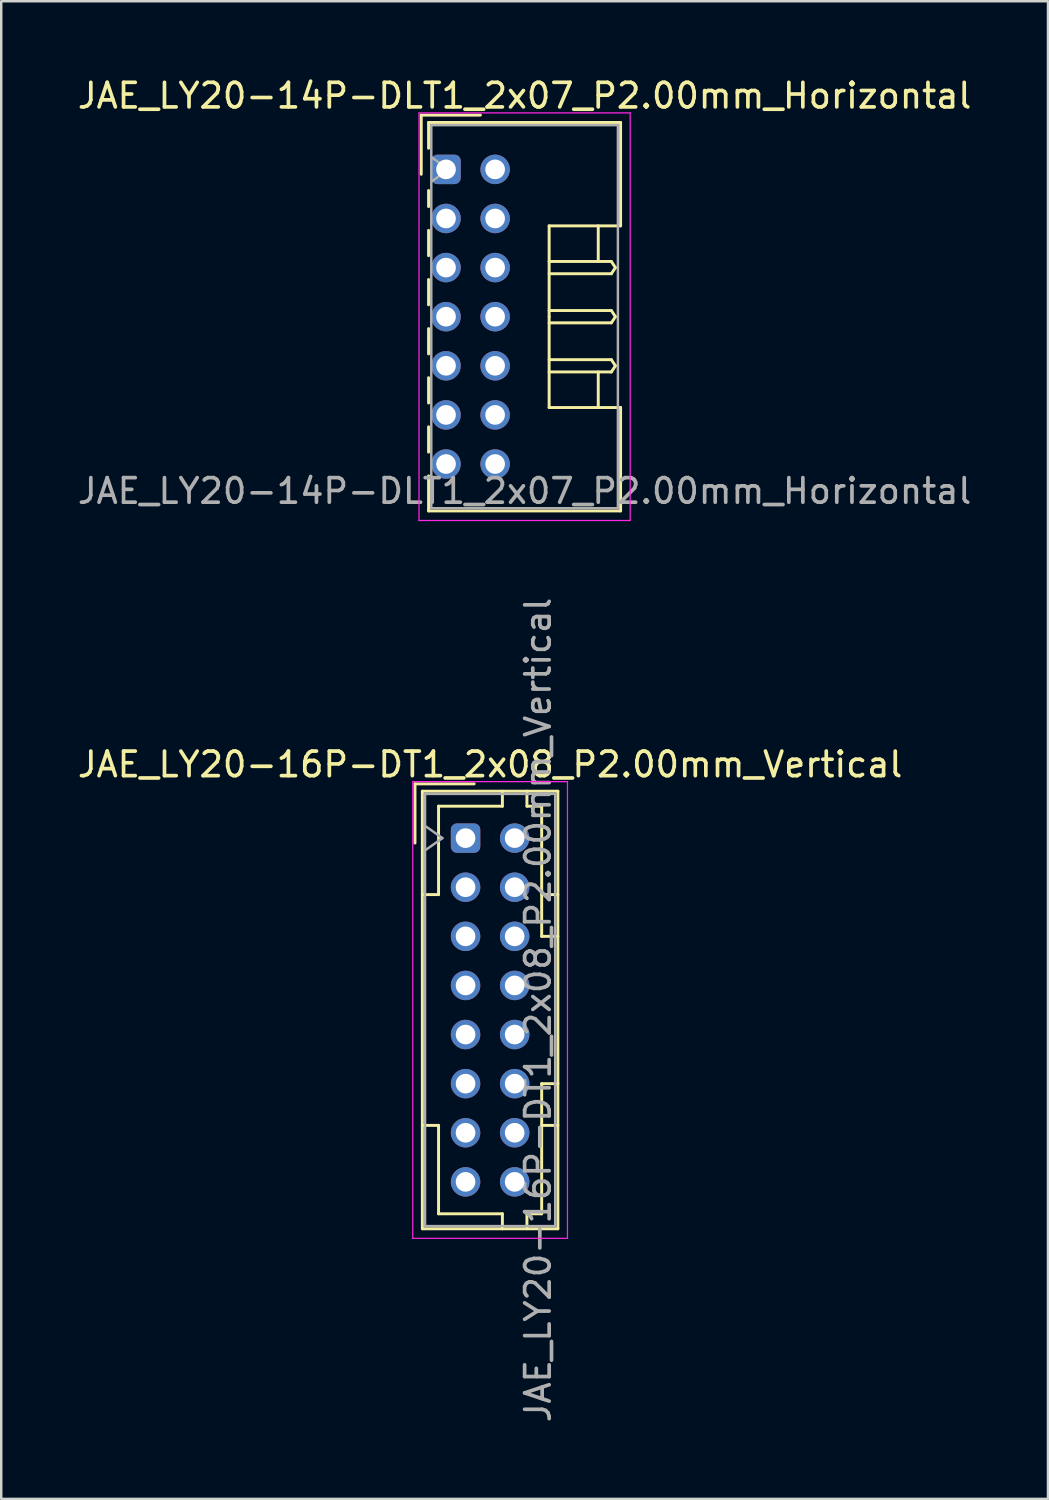
<source format=kicad_pcb>
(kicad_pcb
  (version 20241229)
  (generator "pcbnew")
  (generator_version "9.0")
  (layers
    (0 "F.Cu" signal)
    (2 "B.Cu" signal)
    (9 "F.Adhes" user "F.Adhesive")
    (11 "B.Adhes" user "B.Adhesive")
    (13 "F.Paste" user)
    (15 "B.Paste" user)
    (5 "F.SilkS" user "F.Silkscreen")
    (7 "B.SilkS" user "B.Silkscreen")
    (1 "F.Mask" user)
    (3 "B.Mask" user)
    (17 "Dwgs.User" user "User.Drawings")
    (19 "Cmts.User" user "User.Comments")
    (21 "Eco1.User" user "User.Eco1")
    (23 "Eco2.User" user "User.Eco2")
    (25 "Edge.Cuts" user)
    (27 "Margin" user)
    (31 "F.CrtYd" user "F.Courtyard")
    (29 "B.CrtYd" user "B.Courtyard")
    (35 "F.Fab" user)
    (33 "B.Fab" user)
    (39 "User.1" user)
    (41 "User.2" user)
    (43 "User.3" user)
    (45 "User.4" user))
  (footprint "JAE_LY20-14P-DLT1_2x07_P2.00mm_Horizontal"
    (layer "F.Cu")
    (at 15.115 3.848)
    (property "Reference" "JAE_LY20-14P-DLT1_2x07_P2.00mm_Horizontal" (at 3.2 -3 0) (layer "F.SilkS") (effects (font (size 1 1) (thickness 0.15))))
    (attr through_hole)
    (fp_line (start -1.01 -2.21) (end -1.01 0.2) (stroke (width 0.12) (type solid)) (layer "F.SilkS"))
    (fp_line (start -0.71 -1.91) (end -0.71 -0.86) (stroke (width 0.12) (type solid)) (layer "F.SilkS"))
    (fp_line (start -0.71 -1.91) (end 7.11 -1.91) (stroke (width 0.12) (type solid)) (layer "F.SilkS"))
    (fp_line (start -0.71 0.86) (end -0.71 1.515) (stroke (width 0.12) (type solid)) (layer "F.SilkS"))
    (fp_line (start -0.71 2.485) (end -0.71 3.515) (stroke (width 0.12) (type solid)) (layer "F.SilkS"))
    (fp_line (start -0.71 4.485) (end -0.71 5.515) (stroke (width 0.12) (type solid)) (layer "F.SilkS"))
    (fp_line (start -0.71 6.485) (end -0.71 7.515) (stroke (width 0.12) (type solid)) (layer "F.SilkS"))
    (fp_line (start -0.71 8.485) (end -0.71 9.515) (stroke (width 0.12) (type solid)) (layer "F.SilkS"))
    (fp_line (start -0.71 10.485) (end -0.71 11.515) (stroke (width 0.12) (type solid)) (layer "F.SilkS"))
    (fp_line (start -0.71 12.485) (end -0.71 13.91) (stroke (width 0.12) (type solid)) (layer "F.SilkS"))
    (fp_line (start -0.71 13.91) (end 7.11 13.91) (stroke (width 0.12) (type solid)) (layer "F.SilkS"))
    (fp_line (start 1.4 -2.21) (end -1.01 -2.21) (stroke (width 0.12) (type solid)) (layer "F.SilkS"))
    (fp_line (start 4.2 2.3) (end 4.2 6) (stroke (width 0.12) (type solid)) (layer "F.SilkS"))
    (fp_line (start 4.2 3.75) (end 6.733 3.75) (stroke (width 0.12) (type solid)) (layer "F.SilkS"))
    (fp_line (start 4.2 5.75) (end 6.733 5.75) (stroke (width 0.12) (type solid)) (layer "F.SilkS"))
    (fp_line (start 4.2 7.75) (end 6.733 7.75) (stroke (width 0.12) (type solid)) (layer "F.SilkS"))
    (fp_line (start 4.2 9.7) (end 4.2 6) (stroke (width 0.12) (type solid)) (layer "F.SilkS"))
    (fp_line (start 6.2 2.3) (end 6.2 3.75) (stroke (width 0.12) (type solid)) (layer "F.SilkS"))
    (fp_line (start 6.2 9.7) (end 6.2 8.25) (stroke (width 0.12) (type solid)) (layer "F.SilkS"))
    (fp_line (start 6.733 3.75) (end 6.9 4) (stroke (width 0.12) (type solid)) (layer "F.SilkS"))
    (fp_line (start 6.733 4.25) (end 4.2 4.25) (stroke (width 0.12) (type solid)) (layer "F.SilkS"))
    (fp_line (start 6.733 5.75) (end 6.9 6) (stroke (width 0.12) (type solid)) (layer "F.SilkS"))
    (fp_line (start 6.733 6.25) (end 4.2 6.25) (stroke (width 0.12) (type solid)) (layer "F.SilkS"))
    (fp_line (start 6.733 7.75) (end 6.9 8) (stroke (width 0.12) (type solid)) (layer "F.SilkS"))
    (fp_line (start 6.733 8.25) (end 4.2 8.25) (stroke (width 0.12) (type solid)) (layer "F.SilkS"))
    (fp_line (start 6.9 4) (end 6.733 4.25) (stroke (width 0.12) (type solid)) (layer "F.SilkS"))
    (fp_line (start 6.9 6) (end 6.733 6.25) (stroke (width 0.12) (type solid)) (layer "F.SilkS"))
    (fp_line (start 6.9 8) (end 6.733 8.25) (stroke (width 0.12) (type solid)) (layer "F.SilkS"))
    (fp_line (start 7.11 -1.91) (end 7.11 2.3) (stroke (width 0.12) (type solid)) (layer "F.SilkS"))
    (fp_line (start 7.11 2.3) (end 4.2 2.3) (stroke (width 0.12) (type solid)) (layer "F.SilkS"))
    (fp_line (start 7.11 9.7) (end 4.2 9.7) (stroke (width 0.12) (type solid)) (layer "F.SilkS"))
    (fp_line (start 7.11 13.91) (end 7.11 9.7) (stroke (width 0.12) (type solid)) (layer "F.SilkS"))
    (fp_line (start -1.1 -2.3) (end -1.1 14.3) (stroke (width 0.05) (type solid)) (layer "F.CrtYd"))
    (fp_line (start -1.1 14.3) (end 7.5 14.3) (stroke (width 0.05) (type solid)) (layer "F.CrtYd"))
    (fp_line (start 7.5 -2.3) (end -1.1 -2.3) (stroke (width 0.05) (type solid)) (layer "F.CrtYd"))
    (fp_line (start 7.5 14.3) (end 7.5 -2.3) (stroke (width 0.05) (type solid)) (layer "F.CrtYd"))
    (fp_line (start -0.6 -1.8) (end -0.6 13.8) (stroke (width 0.1) (type solid)) (layer "F.Fab"))
    (fp_line (start -0.6 0.5) (end 0.107 0) (stroke (width 0.1) (type solid)) (layer "F.Fab"))
    (fp_line (start -0.6 13.8) (end 7 13.8) (stroke (width 0.1) (type solid)) (layer "F.Fab"))
    (fp_line (start 0.107 0) (end -0.6 -0.5) (stroke (width 0.1) (type solid)) (layer "F.Fab"))
    (fp_line (start 7 -1.8) (end -0.6 -1.8) (stroke (width 0.1) (type solid)) (layer "F.Fab"))
    (fp_line (start 7 13.8) (end 7 -1.8) (stroke (width 0.1) (type solid)) (layer "F.Fab"))
    (fp_text user "${REFERENCE}" (at 3.2 13.1 0) (layer "F.Fab") (effects (font (size 1 1) (thickness 0.15))))
    (pad "a1" thru_hole roundrect (at 0 0) (size 1.2 1.2) (drill 0.8) (layers "*.Cu" "*.Mask") (roundrect_rratio 0.208))
    (pad "a2" thru_hole circle (at 0 2) (size 1.2 1.2) (drill 0.8) (layers "*.Cu" "*.Mask"))
    (pad "a3" thru_hole circle (at 0 4) (size 1.2 1.2) (drill 0.8) (layers "*.Cu" "*.Mask"))
    (pad "a4" thru_hole circle (at 0 6) (size 1.2 1.2) (drill 0.8) (layers "*.Cu" "*.Mask"))
    (pad "a5" thru_hole circle (at 0 8) (size 1.2 1.2) (drill 0.8) (layers "*.Cu" "*.Mask"))
    (pad "a6" thru_hole circle (at 0 10) (size 1.2 1.2) (drill 0.8) (layers "*.Cu" "*.Mask"))
    (pad "a7" thru_hole circle (at 0 12) (size 1.2 1.2) (drill 0.8) (layers "*.Cu" "*.Mask"))
    (pad "b1" thru_hole circle (at 2 0) (size 1.2 1.2) (drill 0.8) (layers "*.Cu" "*.Mask"))
    (pad "b2" thru_hole circle (at 2 2) (size 1.2 1.2) (drill 0.8) (layers "*.Cu" "*.Mask"))
    (pad "b3" thru_hole circle (at 2 4) (size 1.2 1.2) (drill 0.8) (layers "*.Cu" "*.Mask"))
    (pad "b4" thru_hole circle (at 2 6) (size 1.2 1.2) (drill 0.8) (layers "*.Cu" "*.Mask"))
    (pad "b5" thru_hole circle (at 2 8) (size 1.2 1.2) (drill 0.8) (layers "*.Cu" "*.Mask"))
    (pad "b6" thru_hole circle (at 2 10) (size 1.2 1.2) (drill 0.8) (layers "*.Cu" "*.Mask"))
    (pad "b7" thru_hole circle (at 2 12) (size 1.2 1.2) (drill 0.8) (layers "*.Cu" "*.Mask")))
  (footprint "JAE_LY20-16P-DT1_2x08_P2.00mm_Vertical"
    (layer "F.Cu")
    (at 15.911 31.084)
    (property "Reference" "JAE_LY20-16P-DT1_2x08_P2.00mm_Vertical" (at 1 -3 0) (layer "F.SilkS") (effects (font (size 1 1) (thickness 0.15))))
    (attr through_hole)
    (fp_line (start -2.06 -2.21) (end -2.06 0.2) (stroke (width 0.12) (type solid)) (layer "F.SilkS"))
    (fp_line (start -1.76 -1.91) (end -1.76 15.91) (stroke (width 0.12) (type solid)) (layer "F.SilkS"))
    (fp_line (start -1.76 15.91) (end 3.76 15.91) (stroke (width 0.12) (type solid)) (layer "F.SilkS"))
    (fp_line (start -1.1 -1.3) (end -1.1 2.3) (stroke (width 0.12) (type solid)) (layer "F.SilkS"))
    (fp_line (start -1.1 2.3) (end -1.76 2.3) (stroke (width 0.12) (type solid)) (layer "F.SilkS"))
    (fp_line (start -1.1 11.7) (end -1.76 11.7) (stroke (width 0.12) (type solid)) (layer "F.SilkS"))
    (fp_line (start -1.1 15.3) (end -1.1 11.7) (stroke (width 0.12) (type solid)) (layer "F.SilkS"))
    (fp_line (start 0.35 -2.21) (end -2.06 -2.21) (stroke (width 0.12) (type solid)) (layer "F.SilkS"))
    (fp_line (start 1.5 -1.91) (end 1.5 -1.3) (stroke (width 0.12) (type solid)) (layer "F.SilkS"))
    (fp_line (start 1.5 -1.3) (end -1.1 -1.3) (stroke (width 0.12) (type solid)) (layer "F.SilkS"))
    (fp_line (start 1.5 15.3) (end -1.1 15.3) (stroke (width 0.12) (type solid)) (layer "F.SilkS"))
    (fp_line (start 1.5 15.91) (end 1.5 15.3) (stroke (width 0.12) (type solid)) (layer "F.SilkS"))
    (fp_line (start 2.5 -1.91) (end 2.5 -1.3) (stroke (width 0.12) (type solid)) (layer "F.SilkS"))
    (fp_line (start 2.5 -1.3) (end 3.1 -1.3) (stroke (width 0.12) (type solid)) (layer "F.SilkS"))
    (fp_line (start 2.5 15.3) (end 3.1 15.3) (stroke (width 0.12) (type solid)) (layer "F.SilkS"))
    (fp_line (start 2.5 15.91) (end 2.5 15.3) (stroke (width 0.12) (type solid)) (layer "F.SilkS"))
    (fp_line (start 3.1 -1.3) (end 3.1 4) (stroke (width 0.12) (type solid)) (layer "F.SilkS"))
    (fp_line (start 3.1 4) (end 3.76 4) (stroke (width 0.12) (type solid)) (layer "F.SilkS"))
    (fp_line (start 3.1 10) (end 3.76 10) (stroke (width 0.12) (type solid)) (layer "F.SilkS"))
    (fp_line (start 3.1 15.3) (end 3.1 10) (stroke (width 0.12) (type solid)) (layer "F.SilkS"))
    (fp_line (start 3.76 -1.91) (end -1.76 -1.91) (stroke (width 0.12) (type solid)) (layer "F.SilkS"))
    (fp_line (start 3.76 2.3) (end 3.1 2.3) (stroke (width 0.12) (type solid)) (layer "F.SilkS"))
    (fp_line (start 3.76 11.7) (end 3.1 11.7) (stroke (width 0.12) (type solid)) (layer "F.SilkS"))
    (fp_line (start 3.76 15.91) (end 3.76 -1.91) (stroke (width 0.12) (type solid)) (layer "F.SilkS"))
    (fp_line (start -2.15 -2.3) (end -2.15 16.3) (stroke (width 0.05) (type solid)) (layer "F.CrtYd"))
    (fp_line (start -2.15 16.3) (end 4.15 16.3) (stroke (width 0.05) (type solid)) (layer "F.CrtYd"))
    (fp_line (start 4.15 -2.3) (end -2.15 -2.3) (stroke (width 0.05) (type solid)) (layer "F.CrtYd"))
    (fp_line (start 4.15 16.3) (end 4.15 -2.3) (stroke (width 0.05) (type solid)) (layer "F.CrtYd"))
    (fp_line (start -1.65 -1.8) (end -1.65 15.8) (stroke (width 0.1) (type solid)) (layer "F.Fab"))
    (fp_line (start -1.65 0.5) (end -0.943 0) (stroke (width 0.1) (type solid)) (layer "F.Fab"))
    (fp_line (start -1.65 15.8) (end 3.65 15.8) (stroke (width 0.1) (type solid)) (layer "F.Fab"))
    (fp_line (start -0.943 0) (end -1.65 -0.5) (stroke (width 0.1) (type solid)) (layer "F.Fab"))
    (fp_line (start 3.65 -1.8) (end -1.65 -1.8) (stroke (width 0.1) (type solid)) (layer "F.Fab"))
    (fp_line (start 3.65 15.8) (end 3.65 -1.8) (stroke (width 0.1) (type solid)) (layer "F.Fab"))
    (fp_text user "${REFERENCE}" (at 2.95 7 90) (layer "F.Fab") (effects (font (size 1 1) (thickness 0.15))))
    (pad "a1" thru_hole roundrect (at 0 0) (size 1.2 1.2) (drill 0.8) (layers "*.Cu" "*.Mask") (roundrect_rratio 0.208))
    (pad "a2" thru_hole circle (at 0 2) (size 1.2 1.2) (drill 0.8) (layers "*.Cu" "*.Mask"))
    (pad "a3" thru_hole circle (at 0 4) (size 1.2 1.2) (drill 0.8) (layers "*.Cu" "*.Mask"))
    (pad "a4" thru_hole circle (at 0 6) (size 1.2 1.2) (drill 0.8) (layers "*.Cu" "*.Mask"))
    (pad "a5" thru_hole circle (at 0 8) (size 1.2 1.2) (drill 0.8) (layers "*.Cu" "*.Mask"))
    (pad "a6" thru_hole circle (at 0 10) (size 1.2 1.2) (drill 0.8) (layers "*.Cu" "*.Mask"))
    (pad "a7" thru_hole circle (at 0 12) (size 1.2 1.2) (drill 0.8) (layers "*.Cu" "*.Mask"))
    (pad "a8" thru_hole circle (at 0 14) (size 1.2 1.2) (drill 0.8) (layers "*.Cu" "*.Mask"))
    (pad "b1" thru_hole circle (at 2 0) (size 1.2 1.2) (drill 0.8) (layers "*.Cu" "*.Mask"))
    (pad "b2" thru_hole circle (at 2 2) (size 1.2 1.2) (drill 0.8) (layers "*.Cu" "*.Mask"))
    (pad "b3" thru_hole circle (at 2 4) (size 1.2 1.2) (drill 0.8) (layers "*.Cu" "*.Mask"))
    (pad "b4" thru_hole circle (at 2 6) (size 1.2 1.2) (drill 0.8) (layers "*.Cu" "*.Mask"))
    (pad "b5" thru_hole circle (at 2 8) (size 1.2 1.2) (drill 0.8) (layers "*.Cu" "*.Mask"))
    (pad "b6" thru_hole circle (at 2 10) (size 1.2 1.2) (drill 0.8) (layers "*.Cu" "*.Mask"))
    (pad "b7" thru_hole circle (at 2 12) (size 1.2 1.2) (drill 0.8) (layers "*.Cu" "*.Mask"))
    (pad "b8" thru_hole circle (at 2 14) (size 1.2 1.2) (drill 0.8) (layers "*.Cu" "*.Mask")))
  (gr_rect
    (start -3 -3)
    (end 39.631 57.995)
    (stroke (width 0.1) (type default))
    (fill no)
    (layer "Edge.Cuts")))
</source>
